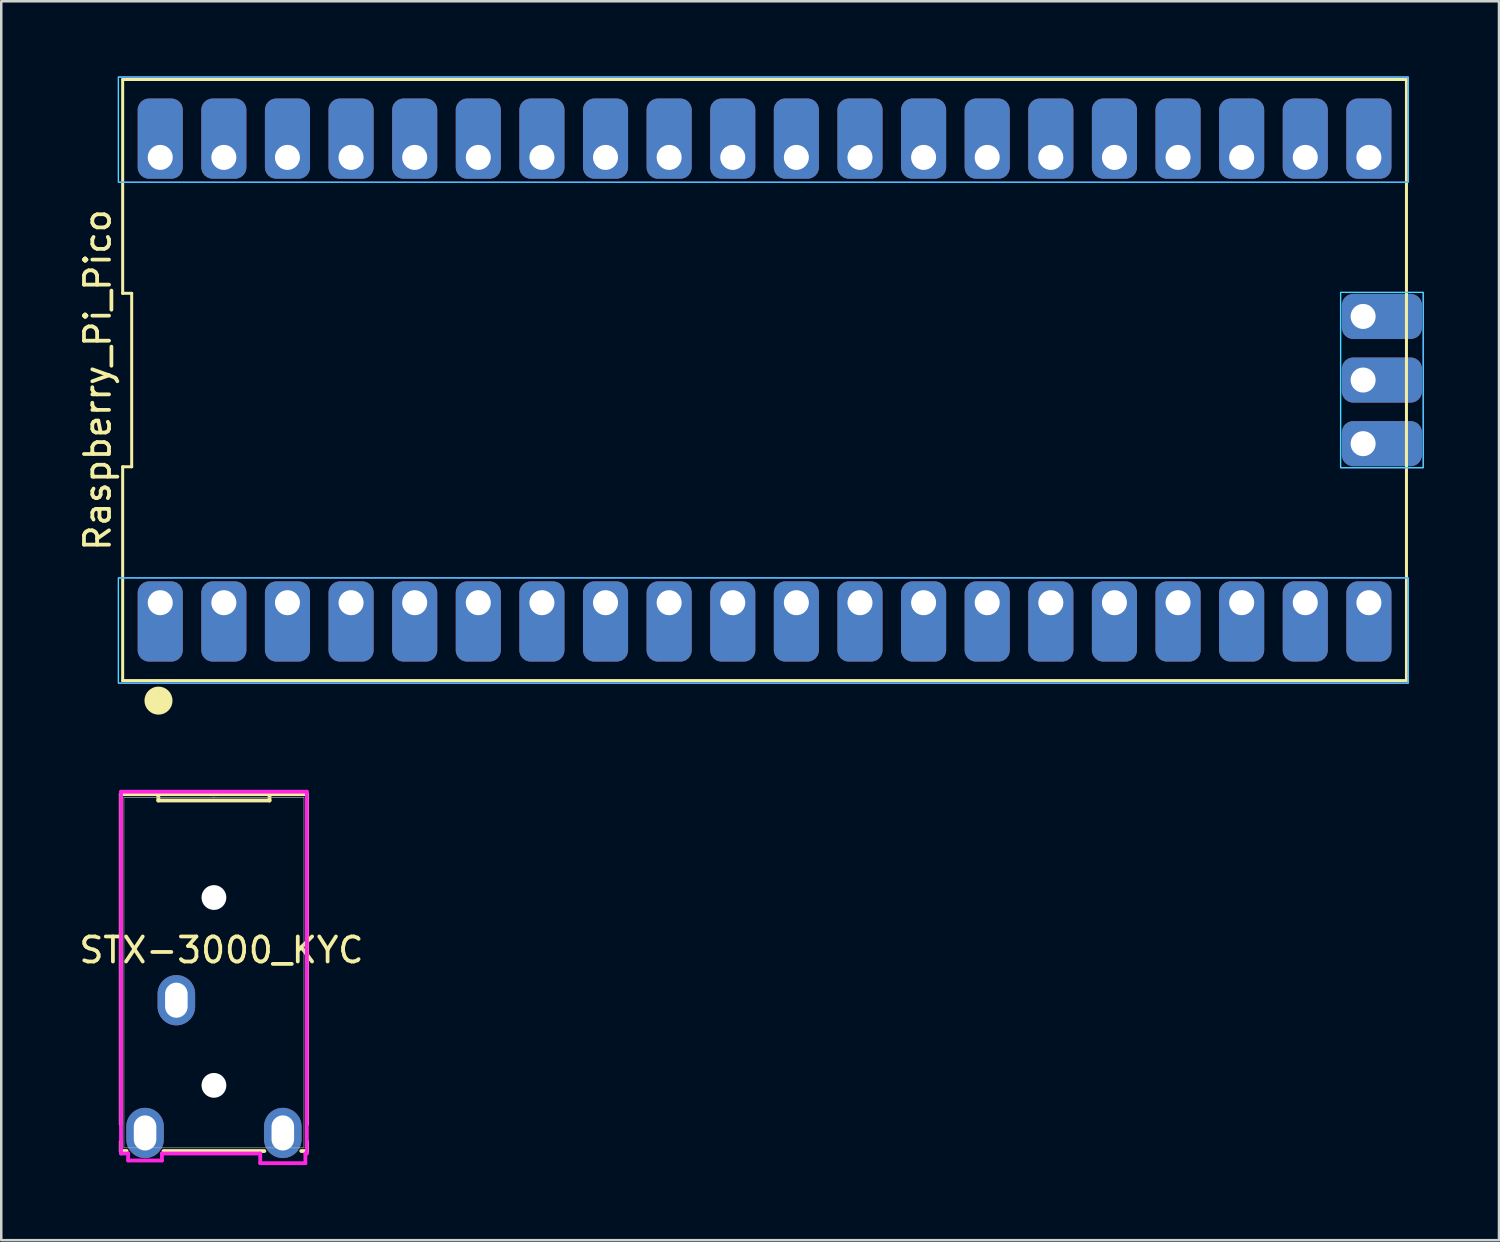
<source format=kicad_pcb>
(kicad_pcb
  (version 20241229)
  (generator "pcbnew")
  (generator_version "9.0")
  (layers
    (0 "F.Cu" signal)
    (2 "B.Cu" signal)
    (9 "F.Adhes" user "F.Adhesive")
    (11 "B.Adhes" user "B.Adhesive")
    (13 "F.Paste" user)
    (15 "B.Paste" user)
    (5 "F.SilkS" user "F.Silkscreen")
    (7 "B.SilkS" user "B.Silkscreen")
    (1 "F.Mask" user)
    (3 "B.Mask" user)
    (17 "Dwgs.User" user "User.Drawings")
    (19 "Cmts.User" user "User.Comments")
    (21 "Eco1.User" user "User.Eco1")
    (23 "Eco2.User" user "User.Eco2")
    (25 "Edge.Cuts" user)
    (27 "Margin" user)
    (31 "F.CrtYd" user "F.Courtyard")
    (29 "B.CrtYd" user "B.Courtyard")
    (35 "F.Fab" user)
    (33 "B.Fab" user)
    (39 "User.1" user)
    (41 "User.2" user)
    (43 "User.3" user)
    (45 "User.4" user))
  (footprint "STX-3000_KYC"
    (layer "F.Cu")
    (at 3.992 36.887)
    (property "Reference" "STX-3000_KYC" (at 1.8 -2 0) (unlocked yes) (layer "F.SilkS") (effects (font (size 1 1) (thickness 0.15))))
    (attr through_hole)
    (fp_line (start -2.221 -8.227) (end -2.221 4.953) (stroke (width 0.152) (type solid)) (layer "F.SilkS"))
    (fp_line (start -2.221 5.647) (end -2.221 6.022) (stroke (width 0.152) (type solid)) (layer "F.SilkS"))
    (fp_line (start -2.221 6.022) (end -1.986 6.022) (stroke (width 0.152) (type solid)) (layer "F.SilkS"))
    (fp_line (start -0.721 -8.227) (end -0.721 -7.973) (stroke (width 0.152) (type solid)) (layer "F.SilkS"))
    (fp_line (start -0.514 6.022) (end 3.514 6.022) (stroke (width 0.152) (type solid)) (layer "F.SilkS"))
    (fp_line (start 1.627 -8.227) (end 1.373 -8.227) (stroke (width 0.152) (type solid)) (layer "F.SilkS"))
    (fp_line (start 3.721 -7.973) (end -0.721 -7.973) (stroke (width 0.152) (type solid)) (layer "F.SilkS"))
    (fp_line (start 3.721 -7.973) (end 3.721 -8.227) (stroke (width 0.152) (type solid)) (layer "F.SilkS"))
    (fp_line (start 4.986 6.022) (end 5.221 6.022) (stroke (width 0.152) (type solid)) (layer "F.SilkS"))
    (fp_line (start 5.221 -8.227) (end -2.221 -8.227) (stroke (width 0.152) (type solid)) (layer "F.SilkS"))
    (fp_line (start 5.221 4.953) (end 5.221 -8.227) (stroke (width 0.152) (type solid)) (layer "F.SilkS"))
    (fp_line (start 5.221 6.022) (end 5.221 5.647) (stroke (width 0.152) (type solid)) (layer "F.SilkS"))
    (fp_line (start -2.21 6.121) (end -1.925 6.121) (stroke (width 0.152) (type solid)) (layer "F.CrtYd"))
    (fp_line (start -2.21 -8.326) (end -2.21 6.121) (stroke (width 0.152) (type solid)) (layer "F.CrtYd"))
    (fp_line (start -1.925 6.121) (end -1.925 6.4) (stroke (width 0.152) (type solid)) (layer "F.CrtYd"))
    (fp_line (start -1.925 6.4) (end -0.575 6.4) (stroke (width 0.152) (type solid)) (layer "F.CrtYd"))
    (fp_line (start -0.575 6.121) (end 3.349 6.121) (stroke (width 0.152) (type solid)) (layer "F.CrtYd"))
    (fp_line (start -0.575 6.4) (end -0.575 6.121) (stroke (width 0.152) (type solid)) (layer "F.CrtYd"))
    (fp_line (start 3.349 6.121) (end 3.349 6.507) (stroke (width 0.152) (type solid)) (layer "F.CrtYd"))
    (fp_line (start 3.349 6.507) (end 5.151 6.507) (stroke (width 0.152) (type solid)) (layer "F.CrtYd"))
    (fp_line (start 5.151 6.121) (end 5.21 6.121) (stroke (width 0.152) (type solid)) (layer "F.CrtYd"))
    (fp_line (start 5.151 6.507) (end 5.151 6.121) (stroke (width 0.152) (type solid)) (layer "F.CrtYd"))
    (fp_line (start 5.21 6.121) (end 5.21 -8.326) (stroke (width 0.152) (type solid)) (layer "F.CrtYd"))
    (fp_line (start 5.21 -8.326) (end -2.21 -8.326) (stroke (width 0.152) (type solid)) (layer "F.CrtYd"))
    (fp_line (start -2.094 -8.1) (end -2.094 5.895) (stroke (width 0.025) (type solid)) (layer "F.Fab"))
    (fp_line (start -2.094 5.895) (end 5.094 5.895) (stroke (width 0.025) (type solid)) (layer "F.Fab"))
    (fp_line (start 1.5 -8.1) (end 1.5 -8.1) (stroke (width 0.025) (type solid)) (layer "F.Fab"))
    (fp_line (start 1.5 -8.1) (end 1.5 -8.1) (stroke (width 0.025) (type solid)) (layer "F.Fab"))
    (fp_line (start 1.5 -8.1) (end 1.5 -8.1) (stroke (width 0.025) (type solid)) (layer "F.Fab"))
    (fp_line (start 1.5 -8.1) (end 1.5 -8.1) (stroke (width 0.025) (type solid)) (layer "F.Fab"))
    (fp_line (start 5.094 -8.1) (end -2.094 -8.1) (stroke (width 0.025) (type solid)) (layer "F.Fab"))
    (fp_line (start 5.094 5.895) (end 5.094 -8.1) (stroke (width 0.025) (type solid)) (layer "F.Fab"))
    (pad "" np_thru_hole circle (at 1.5 -4.1) (size 0.991 0.991) (drill 0.991) (layers "*.Cu" "*.Mask"))
    (pad "" np_thru_hole circle (at 1.5 3.4) (size 0.991 0.991) (drill 0.991) (layers "*.Cu" "*.Mask"))
    (pad "R" thru_hole oval (at 4.25 5.3 90) (size 2.007 1.499) (drill oval 1.4 0.9) (layers "*.Cu" "*.Mask"))
    (pad "S" thru_hole oval (at -1.25 5.3 90) (size 2.007 1.499) (drill oval 1.4 0.9) (layers "*.Cu" "*.Mask"))
    (pad "T" thru_hole oval (at 0 0 90) (size 2.007 1.499) (drill oval 1.4 0.9) (layers "*.Cu" "*.Mask")))
  (footprint "Raspberry_Pi_Pico"
    (layer "F.Cu")
    (at 27.478 12.125)
    (property "Reference" "Raspberry_Pi_Pico" (at -26.63 0 90) (layer "F.SilkS") (effects (font (size 1 1) (thickness 0.15))))
    (attr through_hole)
    (fp_line (start -25.63 -12) (end -25.63 -3.463) (stroke (width 0.12) (type solid)) (layer "F.SilkS"))
    (fp_line (start -25.63 -3.463) (end -25.27 -3.463) (stroke (width 0.12) (type solid)) (layer "F.SilkS"))
    (fp_line (start -25.63 3.463) (end -25.63 12) (stroke (width 0.12) (type solid)) (layer "F.SilkS"))
    (fp_line (start -25.63 12) (end 25.63 12) (stroke (width 0.12) (type solid)) (layer "F.SilkS"))
    (fp_line (start -25.27 -3.463) (end -25.27 3.463) (stroke (width 0.12) (type solid)) (layer "F.SilkS"))
    (fp_line (start -25.27 3.463) (end -25.63 3.463) (stroke (width 0.12) (type solid)) (layer "F.SilkS"))
    (fp_line (start 25.63 -12) (end -25.63 -12) (stroke (width 0.12) (type solid)) (layer "F.SilkS"))
    (fp_line (start 25.63 12) (end 25.63 -12) (stroke (width 0.12) (type solid)) (layer "F.SilkS"))
    (fp_circle (center -24.2 12.8) (end -23.7 12.8) (stroke (width 0.12) (type solid)) (fill yes) (layer "F.SilkS"))
    (fp_rect (start 23 -3.5) (end 26.3 3.5) (stroke (width 0.05) (type solid)) (fill no) (layer "B.CrtYd"))
    (fp_poly (pts (xy 25.7 -7.9) (xy -25.8 -7.9) (xy -25.8 -12.1) (xy 25.7 -12.1)) (stroke (width 0.05) (type solid)) (fill no) (layer "B.CrtYd"))
    (fp_poly (pts (xy 25.7 12.1) (xy -25.8 12.1) (xy -25.8 7.9) (xy 25.7 7.9)) (stroke (width 0.05) (type solid)) (fill no) (layer "B.CrtYd"))
    (fp_rect (start 23 -3.5) (end 26.3 3.5) (stroke (width 0.05) (type solid)) (fill no) (layer "F.CrtYd"))
    (fp_poly (pts (xy 25.7 -7.9) (xy -25.8 -7.9) (xy -25.8 -12.1) (xy 25.7 -12.1)) (stroke (width 0.05) (type solid)) (fill no) (layer "F.CrtYd"))
    (fp_poly (pts (xy 25.7 12.1) (xy -25.8 12.1) (xy -25.8 7.9) (xy 25.7 7.9)) (stroke (width 0.05) (type solid)) (fill no) (layer "F.CrtYd"))
    (pad "1" thru_hole roundrect (at -24.13 8.89) (size 1.8 3.2) (drill 1 (offset 0 0.75)) (layers "*.Cu" "*.Mask") (roundrect_rratio 0.25))
    (pad "2" thru_hole roundrect (at -21.59 8.89) (size 1.8 3.2) (drill 1 (offset 0 0.75)) (layers "*.Cu" "*.Mask") (roundrect_rratio 0.25))
    (pad "3" thru_hole roundrect (at -19.05 8.89) (size 1.8 3.2) (drill 1 (offset 0 0.75)) (layers "*.Cu" "*.Mask") (roundrect_rratio 0.25))
    (pad "4" thru_hole roundrect (at -16.51 8.89) (size 1.8 3.2) (drill 1 (offset 0 0.75)) (layers "*.Cu" "*.Mask") (roundrect_rratio 0.25))
    (pad "5" thru_hole roundrect (at -13.97 8.89) (size 1.8 3.2) (drill 1 (offset 0 0.75)) (layers "*.Cu" "*.Mask") (roundrect_rratio 0.25))
    (pad "6" thru_hole roundrect (at -11.43 8.89) (size 1.8 3.2) (drill 1 (offset 0 0.75)) (layers "*.Cu" "*.Mask") (roundrect_rratio 0.25))
    (pad "7" thru_hole roundrect (at -8.89 8.89) (size 1.8 3.2) (drill 1 (offset 0 0.75)) (layers "*.Cu" "*.Mask") (roundrect_rratio 0.25))
    (pad "8" thru_hole roundrect (at -6.35 8.89) (size 1.8 3.2) (drill 1 (offset 0 0.75)) (layers "*.Cu" "*.Mask") (roundrect_rratio 0.25))
    (pad "9" thru_hole roundrect (at -3.81 8.89) (size 1.8 3.2) (drill 1 (offset 0 0.75)) (layers "*.Cu" "*.Mask") (roundrect_rratio 0.25))
    (pad "10" thru_hole roundrect (at -1.27 8.89) (size 1.8 3.2) (drill 1 (offset 0 0.75)) (layers "*.Cu" "*.Mask") (roundrect_rratio 0.25))
    (pad "11" thru_hole roundrect (at 1.27 8.89) (size 1.8 3.2) (drill 1 (offset 0 0.75)) (layers "*.Cu" "*.Mask") (roundrect_rratio 0.25))
    (pad "12" thru_hole roundrect (at 3.81 8.89) (size 1.8 3.2) (drill 1 (offset 0 0.75)) (layers "*.Cu" "*.Mask") (roundrect_rratio 0.25))
    (pad "13" thru_hole roundrect (at 6.35 8.89) (size 1.8 3.2) (drill 1 (offset 0 0.75)) (layers "*.Cu" "*.Mask") (roundrect_rratio 0.25))
    (pad "14" thru_hole roundrect (at 8.89 8.89) (size 1.8 3.2) (drill 1 (offset 0 0.75)) (layers "*.Cu" "*.Mask") (roundrect_rratio 0.25))
    (pad "15" thru_hole roundrect (at 11.43 8.89) (size 1.8 3.2) (drill 1 (offset 0 0.75)) (layers "*.Cu" "*.Mask") (roundrect_rratio 0.25))
    (pad "16" thru_hole roundrect (at 13.97 8.89) (size 1.8 3.2) (drill 1 (offset 0 0.75)) (layers "*.Cu" "*.Mask") (roundrect_rratio 0.25))
    (pad "17" thru_hole roundrect (at 16.51 8.89) (size 1.8 3.2) (drill 1 (offset 0 0.75)) (layers "*.Cu" "*.Mask") (roundrect_rratio 0.25))
    (pad "18" thru_hole roundrect (at 19.05 8.89) (size 1.8 3.2) (drill 1 (offset 0 0.75)) (layers "*.Cu" "*.Mask") (roundrect_rratio 0.25))
    (pad "19" thru_hole roundrect (at 21.59 8.89) (size 1.8 3.2) (drill 1 (offset 0 0.75)) (layers "*.Cu" "*.Mask") (roundrect_rratio 0.25))
    (pad "20" thru_hole roundrect (at 24.13 8.89) (size 1.8 3.2) (drill 1 (offset 0 0.75)) (layers "*.Cu" "*.Mask") (roundrect_rratio 0.25))
    (pad "21" thru_hole roundrect (at 24.13 -8.89) (size 1.8 3.2) (drill 1 (offset 0 -0.75)) (layers "*.Cu" "*.Mask") (roundrect_rratio 0.25))
    (pad "22" thru_hole roundrect (at 21.59 -8.89) (size 1.8 3.2) (drill 1 (offset 0 -0.75)) (layers "*.Cu" "*.Mask") (roundrect_rratio 0.25))
    (pad "23" thru_hole roundrect (at 19.05 -8.89) (size 1.8 3.2) (drill 1 (offset 0 -0.75)) (layers "*.Cu" "*.Mask") (roundrect_rratio 0.25))
    (pad "24" thru_hole roundrect (at 16.51 -8.89) (size 1.8 3.2) (drill 1 (offset 0 -0.75)) (layers "*.Cu" "*.Mask") (roundrect_rratio 0.25))
    (pad "25" thru_hole roundrect (at 13.97 -8.89) (size 1.8 3.2) (drill 1 (offset 0 -0.75)) (layers "*.Cu" "*.Mask") (roundrect_rratio 0.25))
    (pad "26" thru_hole roundrect (at 11.43 -8.89) (size 1.8 3.2) (drill 1 (offset 0 -0.75)) (layers "*.Cu" "*.Mask") (roundrect_rratio 0.25))
    (pad "27" thru_hole roundrect (at 8.89 -8.89) (size 1.8 3.2) (drill 1 (offset 0 -0.75)) (layers "*.Cu" "*.Mask") (roundrect_rratio 0.25))
    (pad "28" thru_hole roundrect (at 6.35 -8.89) (size 1.8 3.2) (drill 1 (offset 0 -0.75)) (layers "*.Cu" "*.Mask") (roundrect_rratio 0.25))
    (pad "29" thru_hole roundrect (at 3.81 -8.89) (size 1.8 3.2) (drill 1 (offset 0 -0.75)) (layers "*.Cu" "*.Mask") (roundrect_rratio 0.25))
    (pad "30" thru_hole roundrect (at 1.27 -8.89) (size 1.8 3.2) (drill 1 (offset 0 -0.75)) (layers "*.Cu" "*.Mask") (roundrect_rratio 0.25))
    (pad "31" thru_hole roundrect (at -1.27 -8.89) (size 1.8 3.2) (drill 1 (offset 0 -0.75)) (layers "*.Cu" "*.Mask") (roundrect_rratio 0.25))
    (pad "32" thru_hole roundrect (at -3.81 -8.89) (size 1.8 3.2) (drill 1 (offset 0 -0.75)) (layers "*.Cu" "*.Mask") (roundrect_rratio 0.25))
    (pad "33" thru_hole roundrect (at -6.35 -8.89) (size 1.8 3.2) (drill 1 (offset 0 -0.75)) (layers "*.Cu" "*.Mask") (roundrect_rratio 0.25))
    (pad "34" thru_hole roundrect (at -8.89 -8.89) (size 1.8 3.2) (drill 1 (offset 0 -0.75)) (layers "*.Cu" "*.Mask") (roundrect_rratio 0.25))
    (pad "35" thru_hole roundrect (at -11.43 -8.89) (size 1.8 3.2) (drill 1 (offset 0 -0.75)) (layers "*.Cu" "*.Mask") (roundrect_rratio 0.25))
    (pad "36" thru_hole roundrect (at -13.97 -8.89) (size 1.8 3.2) (drill 1 (offset 0 -0.75)) (layers "*.Cu" "*.Mask") (roundrect_rratio 0.25))
    (pad "37" thru_hole roundrect (at -16.51 -8.89) (size 1.8 3.2) (drill 1 (offset 0 -0.75)) (layers "*.Cu" "*.Mask") (roundrect_rratio 0.25))
    (pad "38" thru_hole roundrect (at -19.05 -8.89) (size 1.8 3.2) (drill 1 (offset 0 -0.75)) (layers "*.Cu" "*.Mask") (roundrect_rratio 0.25))
    (pad "39" thru_hole roundrect (at -21.59 -8.89) (size 1.8 3.2) (drill 1 (offset 0 -0.75)) (layers "*.Cu" "*.Mask") (roundrect_rratio 0.25))
    (pad "40" thru_hole roundrect (at -24.13 -8.89) (size 1.8 3.2) (drill 1 (offset 0 -0.75)) (layers "*.Cu" "*.Mask") (roundrect_rratio 0.25))
    (pad "41" thru_hole roundrect (at 23.9 2.54 90) (size 1.8 3.2) (drill 1 (offset 0 0.75)) (layers "*.Cu" "*.Mask") (roundrect_rratio 0.25))
    (pad "42" thru_hole roundrect (at 23.9 0 90) (size 1.8 3.2) (drill 1 (offset 0 0.75)) (layers "*.Cu" "*.Mask") (roundrect_rratio 0.25))
    (pad "43" thru_hole roundrect (at 23.9 -2.54 90) (size 1.8 3.2) (drill 1 (offset 0 0.75)) (layers "*.Cu" "*.Mask") (roundrect_rratio 0.25))
    (zone (net_name "") (layer "F.Cu") (name "KEEPOUT-USB") (hatch edge 0.508) (connect_pads) (min_thickness 0.254) (filled_areas_thickness no) (keepout (tracks not_allowed) (vias not_allowed) (pads not_allowed) (copperpour not_allowed) (footprints not_allowed)) (placement (enabled no)) (fill) (polygon (pts (xy 17.238 15.605) (xy 1.858 15.605) (xy 1.858 8.625) (xy 17.238 8.625))))
    (zone (net_name "") (layers "F.Cu" "F.CrtYd") (name "KEEPOUT-DBG") (hatch edge 0.508) (connect_pads) (min_thickness 0.254) (filled_areas_thickness no) (keepout (tracks not_allowed) (vias not_allowed) (pads not_allowed) (copperpour not_allowed) (footprints not_allowed)) (placement (enabled no)) (fill) (polygon (pts (xy 34.378 12.425) (xy 30.978 12.425) (xy 30.978 5.125) (xy 34.378 5.125)))))
  (gr_rect
    (start -3 -3)
    (end 56.803 46.47)
    (stroke (width 0.1) (type default))
    (fill no)
    (layer "Edge.Cuts")))
</source>
